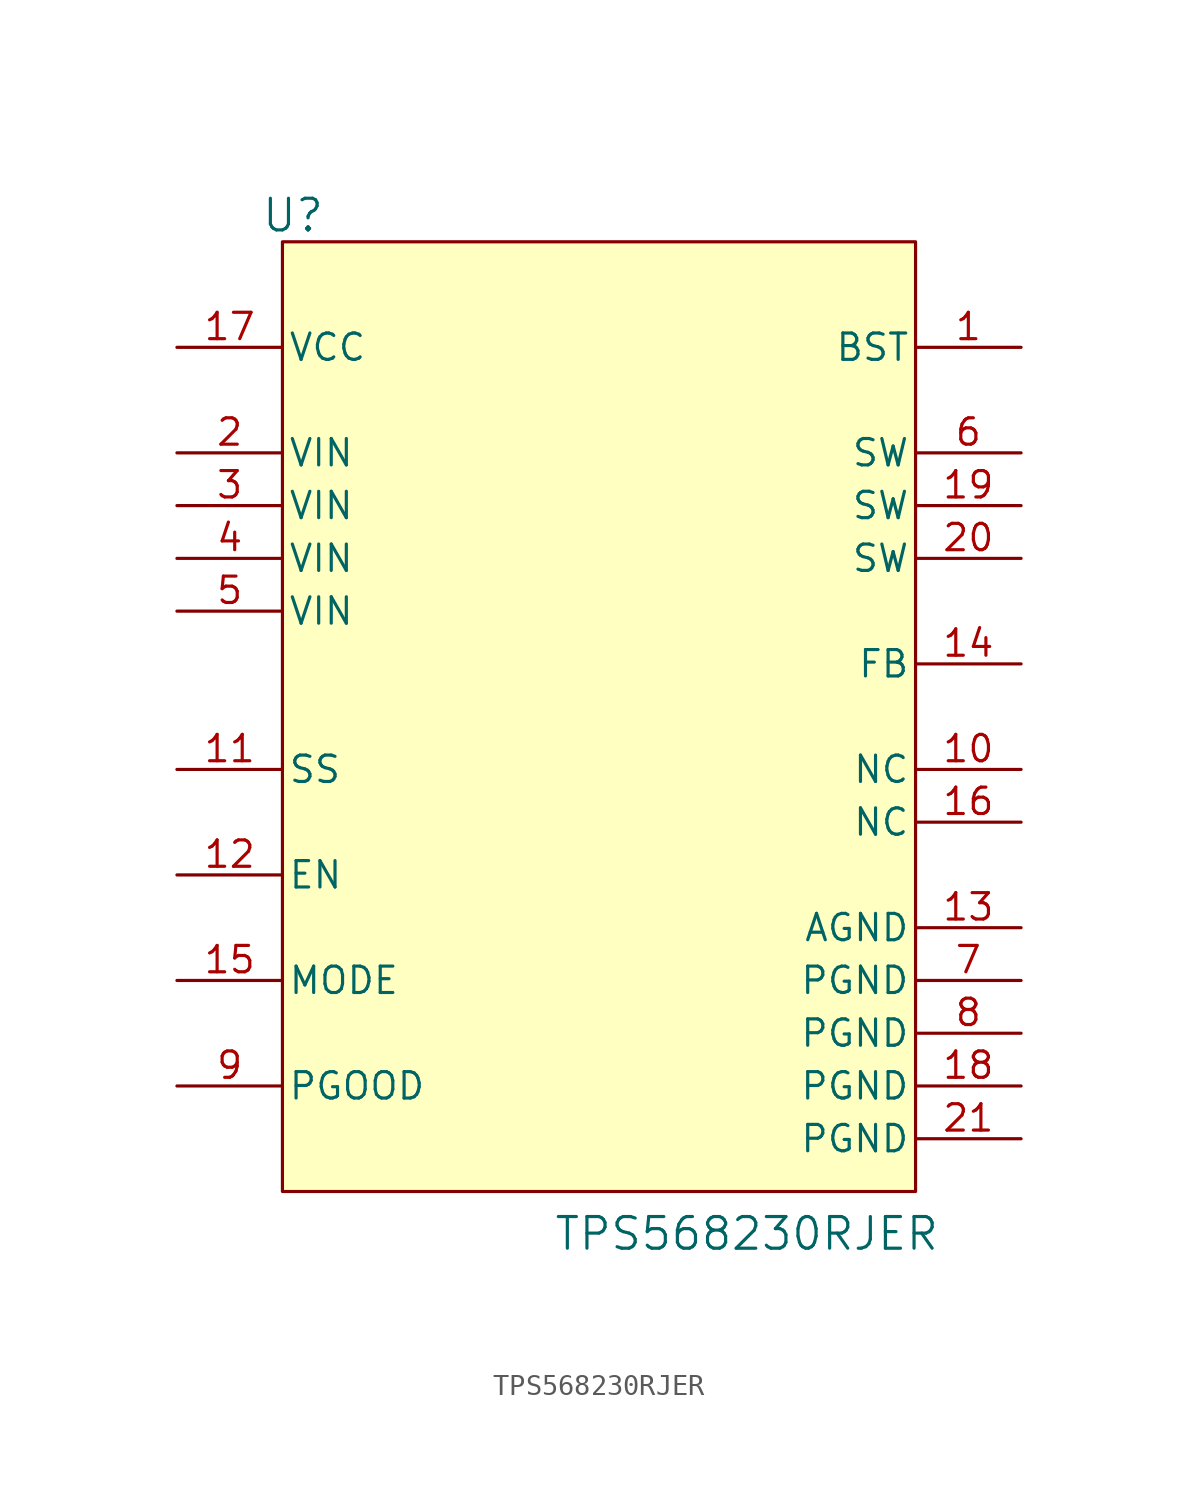
<source format=kicad_sym>
(kicad_symbol_lib
  (version 20230620)
  (generator kicad_symbol_editor)
  (symbol "TPS568230RJER"
    (pin_names
      (offset 0.254))
    (property "Reference" "U"
      (at -14.732 24.13 0)
      (effects (font (size 1.524 1.524))))
    (property "Value" "TPS568230RJER"
      (at 7.112 -24.892 0)
      (effects (font (size 1.524 1.524))))
    (property "ki_locked" ""
      (at 0 0 0)
      (effects (font (size 1.27 1.27))))
    (symbol "TPS568230RJER_0_1"
      (pin power_in line (at 20.32 17.78 180) (length 5.08) (name "BST" (effects (font (size 1.27 1.27)))) (number "1" (effects (font (size 1.27 1.27)))))
      (pin unspecified line (at 20.32 -2.54 180) (length 5.08) (name "NC" (effects (font (size 1.27 1.27)))) (number "10" (effects (font (size 1.27 1.27)))))
      (pin input line (at -20.32 -2.54 0) (length 5.08) (name "SS" (effects (font (size 1.27 1.27)))) (number "11" (effects (font (size 1.27 1.27)))))
      (pin input line (at -20.32 -7.62 0) (length 5.08) (name "EN" (effects (font (size 1.27 1.27)))) (number "12" (effects (font (size 1.27 1.27)))))
      (pin power_in line (at 20.32 -10.16 180) (length 5.08) (name "AGND" (effects (font (size 1.27 1.27)))) (number "13" (effects (font (size 1.27 1.27)))))
      (pin input line (at 20.32 2.54 180) (length 5.08) (name "FB" (effects (font (size 1.27 1.27)))) (number "14" (effects (font (size 1.27 1.27)))))
      (pin input line (at -20.32 -12.7 0) (length 5.08) (name "MODE" (effects (font (size 1.27 1.27)))) (number "15" (effects (font (size 1.27 1.27)))))
      (pin unspecified line (at 20.32 -5.08 180) (length 5.08) (name "NC" (effects (font (size 1.27 1.27)))) (number "16" (effects (font (size 1.27 1.27)))))
      (pin power_in line (at -20.32 17.78 0) (length 5.08) (name "VCC" (effects (font (size 1.27 1.27)))) (number "17" (effects (font (size 1.27 1.27)))))
      (pin power_in line (at 20.32 -17.78 180) (length 5.08) (name "PGND" (effects (font (size 1.27 1.27)))) (number "18" (effects (font (size 1.27 1.27)))))
      (pin power_in line (at 20.32 10.16 180) (length 5.08) (name "SW" (effects (font (size 1.27 1.27)))) (number "19" (effects (font (size 1.27 1.27)))))
      (pin power_in line (at -20.32 12.7 0) (length 5.08) (name "VIN" (effects (font (size 1.27 1.27)))) (number "2" (effects (font (size 1.27 1.27)))))
      (pin power_in line (at 20.32 7.62 180) (length 5.08) (name "SW" (effects (font (size 1.27 1.27)))) (number "20" (effects (font (size 1.27 1.27)))))
      (pin power_in line (at 20.32 -20.32 180) (length 5.08) (name "PGND" (effects (font (size 1.27 1.27)))) (number "21" (effects (font (size 1.27 1.27)))))
      (pin power_in line (at -20.32 10.16 0) (length 5.08) (name "VIN" (effects (font (size 1.27 1.27)))) (number "3" (effects (font (size 1.27 1.27)))))
      (pin power_in line (at -20.32 7.62 0) (length 5.08) (name "VIN" (effects (font (size 1.27 1.27)))) (number "4" (effects (font (size 1.27 1.27)))))
      (pin power_in line (at -20.32 5.08 0) (length 5.08) (name "VIN" (effects (font (size 1.27 1.27)))) (number "5" (effects (font (size 1.27 1.27)))))
      (pin power_in line (at 20.32 12.7 180) (length 5.08) (name "SW" (effects (font (size 1.27 1.27)))) (number "6" (effects (font (size 1.27 1.27)))))
      (pin power_in line (at 20.32 -12.7 180) (length 5.08) (name "PGND" (effects (font (size 1.27 1.27)))) (number "7" (effects (font (size 1.27 1.27)))))
      (pin power_in line (at 20.32 -15.24 180) (length 5.08) (name "PGND" (effects (font (size 1.27 1.27)))) (number "8" (effects (font (size 1.27 1.27)))))
      (pin open_collector line (at -20.32 -17.78 0) (length 5.08) (name "PGOOD" (effects (font (size 1.27 1.27)))) (number "9" (effects (font (size 1.27 1.27))))))
    (symbol "TPS568230RJER_1_1"
      (rectangle (start -15.24 22.86) (end 15.24 -22.86) (stroke (width 0) (type default)) (fill (type background))))))
</source>
